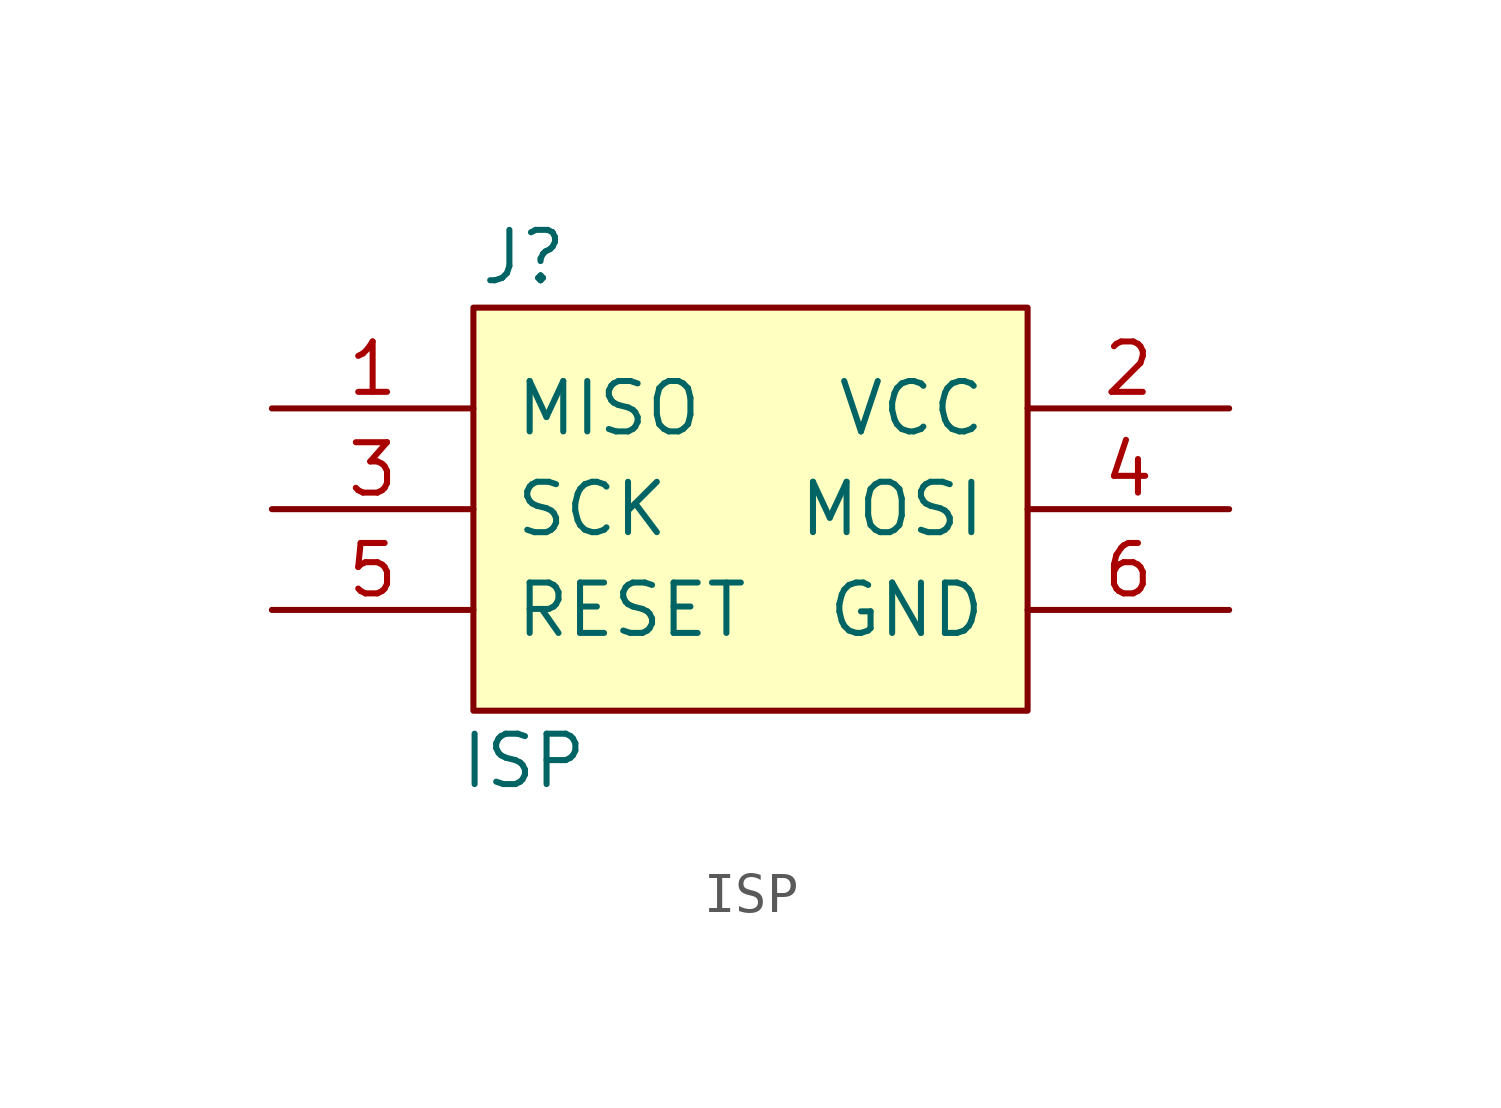
<source format=kicad_sym>
(kicad_symbol_lib
  (version 20220914)
  (generator kicad_symbol_editor)
  (symbol "ISP"
    (pin_names
      (offset 1.016))
    (property "Reference" "J"
      (at -6.35 6.35 0)
      (effects (font (size 1.27 1.27))))
    (property "Value" "ISP"
      (at -6.35 -6.35 0)
      (effects (font (size 1.27 1.27))))
    (symbol "ISP_0_1"
      (rectangle (start -7.62 5.08) (end 6.35 -5.08) (stroke (width 0) (type solid)) (fill (type background))))
    (symbol "ISP_1_1"
      (pin bidirectional line (at -12.7 2.54 0) (length 5.08) (name "MISO" (effects (font (size 1.27 1.27)))) (number "1" (effects (font (size 1.27 1.27)))))
      (pin power_in line (at 11.43 2.54 180) (length 5.08) (name "VCC" (effects (font (size 1.27 1.27)))) (number "2" (effects (font (size 1.27 1.27)))))
      (pin bidirectional line (at -12.7 0 0) (length 5.08) (name "SCK" (effects (font (size 1.27 1.27)))) (number "3" (effects (font (size 1.27 1.27)))))
      (pin bidirectional line (at 11.43 0 180) (length 5.08) (name "MOSI" (effects (font (size 1.27 1.27)))) (number "4" (effects (font (size 1.27 1.27)))))
      (pin bidirectional line (at -12.7 -2.54 0) (length 5.08) (name "RESET" (effects (font (size 1.27 1.27)))) (number "5" (effects (font (size 1.27 1.27)))))
      (pin power_in line (at 11.43 -2.54 180) (length 5.08) (name "GND" (effects (font (size 1.27 1.27)))) (number "6" (effects (font (size 1.27 1.27))))))))
</source>
